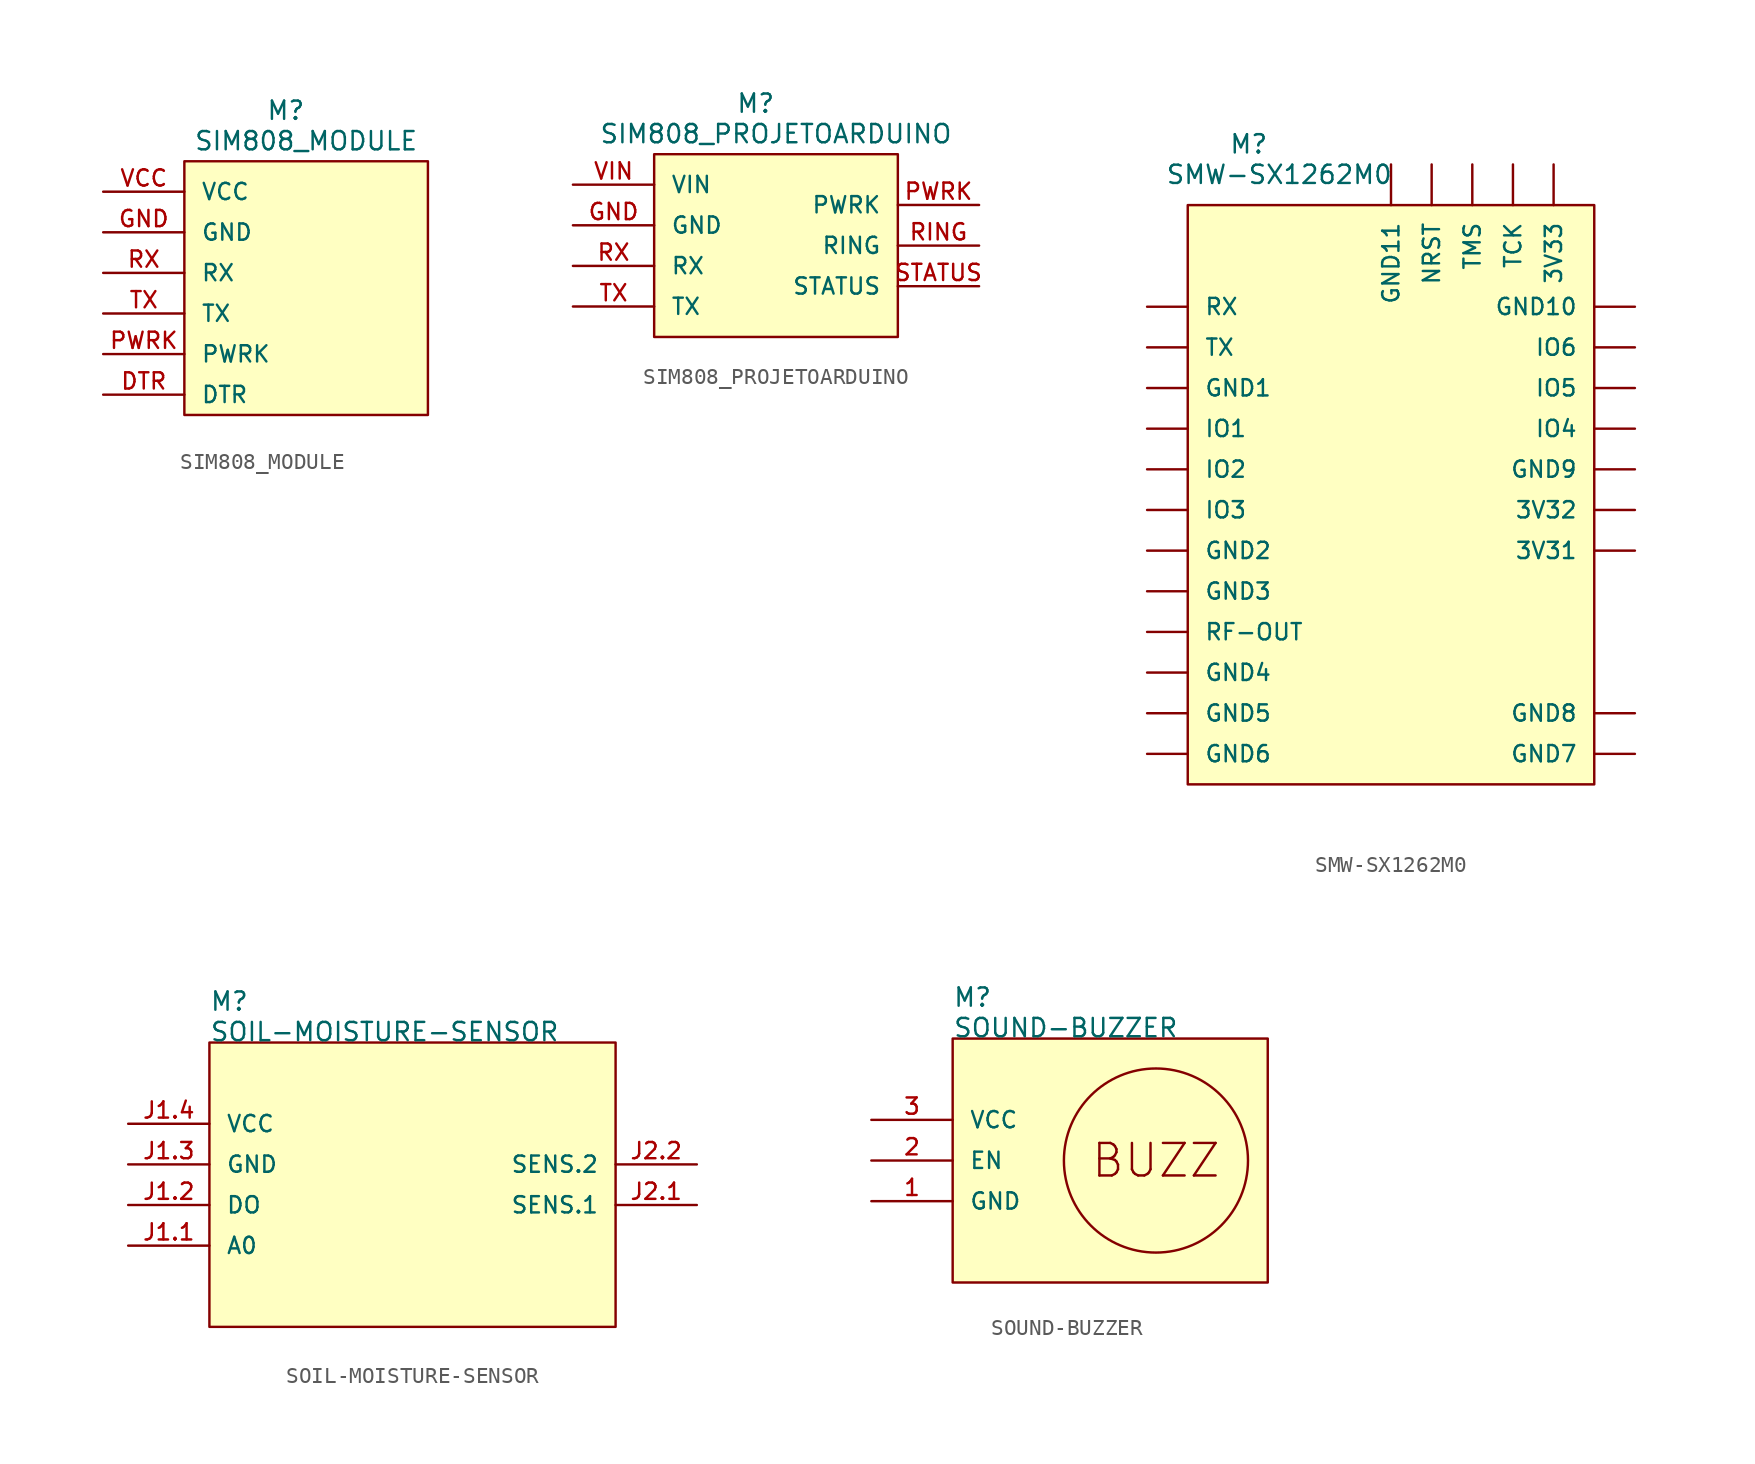
<source format=kicad_sym>
(kicad_symbol_lib
  (version 20211014)
  (generator kicad_symbol_editor)
  (symbol "SIM808_MODULE"
    (pin_names
      (offset 1.016))
    (property "Reference" "M"
      (at -1.27 10.16 0)
      (effects (font (size 1.143 1.143))))
    (property "Value" "SIM808_MODULE"
      (at 0 8.255 0)
      (effects (font (size 1.143 1.143))))
    (property "ki_locked" ""
      (at 0 0 0)
      (effects (font (size 1.27 1.27))))
    (symbol "SIM808_MODULE_1_0"
      (rectangle (start -7.62 6.985) (end 7.62 -8.89) (stroke (width 0) (type default) (color 0 0 0 0)) (fill (type background))))
    (symbol "SIM808_MODULE_1_1"
      (pin bidirectional line (at -12.7 -7.62 0) (length 5.08) (name "DTR" (effects (font (size 1.016 1.016)))) (number "DTR" (effects (font (size 1.016 1.016)))))
      (pin bidirectional line (at -12.7 2.54 0) (length 5.08) (name "GND" (effects (font (size 1.016 1.016)))) (number "GND" (effects (font (size 1.016 1.016)))))
      (pin bidirectional line (at -12.7 -5.08 0) (length 5.08) (name "PWRK" (effects (font (size 1.016 1.016)))) (number "PWRK" (effects (font (size 1.016 1.016)))))
      (pin bidirectional line (at -12.7 0 0) (length 5.08) (name "RX" (effects (font (size 1.016 1.016)))) (number "RX" (effects (font (size 1.016 1.016)))))
      (pin bidirectional line (at -12.7 -2.54 0) (length 5.08) (name "TX" (effects (font (size 1.016 1.016)))) (number "TX" (effects (font (size 1.016 1.016)))))
      (pin bidirectional line (at -12.7 5.08 0) (length 5.08) (name "VCC" (effects (font (size 1.016 1.016)))) (number "VCC" (effects (font (size 1.016 1.016)))))))
  (symbol "SIM808_PROJETOARDUINO"
    (pin_names
      (offset 1.016))
    (property "Reference" "M"
      (at -1.27 10.16 0)
      (effects (font (size 1.143 1.143))))
    (property "Value" "SIM808_PROJETOARDUINO"
      (at 0 8.255 0)
      (effects (font (size 1.143 1.143))))
    (property "ki_locked" ""
      (at 0 0 0)
      (effects (font (size 1.27 1.27))))
    (symbol "SIM808_PROJETOARDUINO_1_0"
      (rectangle (start -7.62 6.985) (end 7.62 -4.445) (stroke (width 0) (type default) (color 0 0 0 0)) (fill (type background))))
    (symbol "SIM808_PROJETOARDUINO_1_1"
      (pin power_in line (at -12.7 2.54 0) (length 5.08) (name "GND" (effects (font (size 1.016 1.016)))) (number "GND" (effects (font (size 1.016 1.016)))))
      (pin input line (at 12.7 3.81 180) (length 5.08) (name "PWRK" (effects (font (size 1.016 1.016)))) (number "PWRK" (effects (font (size 1.016 1.016)))))
      (pin output line (at 12.7 1.27 180) (length 5.08) (name "RING" (effects (font (size 1.016 1.016)))) (number "RING" (effects (font (size 1.016 1.016)))))
      (pin input line (at -12.7 0 0) (length 5.08) (name "RX" (effects (font (size 1.016 1.016)))) (number "RX" (effects (font (size 1.016 1.016)))))
      (pin output line (at 12.7 -1.27 180) (length 5.08) (name "STATUS" (effects (font (size 1.016 1.016)))) (number "STATUS" (effects (font (size 1.016 1.016)))))
      (pin output line (at -12.7 -2.54 0) (length 5.08) (name "TX" (effects (font (size 1.016 1.016)))) (number "TX" (effects (font (size 1.016 1.016)))))
      (pin power_in line (at -12.7 5.08 0) (length 5.08) (name "VIN" (effects (font (size 1.016 1.016)))) (number "VIN" (effects (font (size 1.016 1.016)))))))
  (symbol "SMW-SX1262M0"
    (pin_numbers hide)
    (pin_names
      (offset 1.016))
    (property "Reference" "M"
      (at -8.89 22.86 0)
      (effects (font (size 1.143 1.143))))
    (property "Value" "SMW-SX1262M0"
      (at -6.985 20.955 0)
      (effects (font (size 1.143 1.143))))
    (property "ki_locked" ""
      (at 0 0 0)
      (effects (font (size 1.27 1.27))))
    (symbol "SMW-SX1262M0_1_0"
      (rectangle (start -12.7 19.05) (end 12.7 -17.145) (stroke (width 0) (type default) (color 0 0 0 0)) (fill (type background))))
    (symbol "SMW-SX1262M0_1_1"
      (pin bidirectional line (at 15.24 -2.54 180) (length 2.54) (name "3V31" (effects (font (size 1.016 1.016)))) (number "3V31" (effects (font (size 1.016 1.016)))))
      (pin bidirectional line (at 15.24 0 180) (length 2.54) (name "3V32" (effects (font (size 1.016 1.016)))) (number "3V32" (effects (font (size 1.016 1.016)))))
      (pin bidirectional line (at 10.16 21.59 270) (length 2.54) (name "3V33" (effects (font (size 1.016 1.016)))) (number "3V33" (effects (font (size 1.016 1.016)))))
      (pin bidirectional line (at -15.24 7.62 0) (length 2.54) (name "GND1" (effects (font (size 1.016 1.016)))) (number "GND1" (effects (font (size 1.016 1.016)))))
      (pin bidirectional line (at 15.24 12.7 180) (length 2.54) (name "GND10" (effects (font (size 1.016 1.016)))) (number "GND10" (effects (font (size 1.016 1.016)))))
      (pin bidirectional line (at 0 21.59 270) (length 2.54) (name "GND11" (effects (font (size 1.016 1.016)))) (number "GND11" (effects (font (size 1.016 1.016)))))
      (pin bidirectional line (at -15.24 -2.54 0) (length 2.54) (name "GND2" (effects (font (size 1.016 1.016)))) (number "GND2" (effects (font (size 1.016 1.016)))))
      (pin bidirectional line (at -15.24 -5.08 0) (length 2.54) (name "GND3" (effects (font (size 1.016 1.016)))) (number "GND3" (effects (font (size 1.016 1.016)))))
      (pin bidirectional line (at -15.24 -10.16 0) (length 2.54) (name "GND4" (effects (font (size 1.016 1.016)))) (number "GND4" (effects (font (size 1.016 1.016)))))
      (pin bidirectional line (at -15.24 -12.7 0) (length 2.54) (name "GND5" (effects (font (size 1.016 1.016)))) (number "GND5" (effects (font (size 1.016 1.016)))))
      (pin bidirectional line (at -15.24 -15.24 0) (length 2.54) (name "GND6" (effects (font (size 1.016 1.016)))) (number "GND6" (effects (font (size 1.016 1.016)))))
      (pin bidirectional line (at 15.24 -15.24 180) (length 2.54) (name "GND7" (effects (font (size 1.016 1.016)))) (number "GND7" (effects (font (size 1.016 1.016)))))
      (pin bidirectional line (at 15.24 -12.7 180) (length 2.54) (name "GND8" (effects (font (size 1.016 1.016)))) (number "GND8" (effects (font (size 1.016 1.016)))))
      (pin bidirectional line (at 15.24 2.54 180) (length 2.54) (name "GND9" (effects (font (size 1.016 1.016)))) (number "GND9" (effects (font (size 1.016 1.016)))))
      (pin bidirectional line (at -15.24 5.08 0) (length 2.54) (name "IO1" (effects (font (size 1.016 1.016)))) (number "IO1" (effects (font (size 1.016 1.016)))))
      (pin bidirectional line (at -15.24 2.54 0) (length 2.54) (name "IO2" (effects (font (size 1.016 1.016)))) (number "IO2" (effects (font (size 1.016 1.016)))))
      (pin bidirectional line (at -15.24 0 0) (length 2.54) (name "IO3" (effects (font (size 1.016 1.016)))) (number "IO3" (effects (font (size 1.016 1.016)))))
      (pin bidirectional line (at 15.24 5.08 180) (length 2.54) (name "IO4" (effects (font (size 1.016 1.016)))) (number "IO4" (effects (font (size 1.016 1.016)))))
      (pin bidirectional line (at 15.24 7.62 180) (length 2.54) (name "IO5" (effects (font (size 1.016 1.016)))) (number "IO5" (effects (font (size 1.016 1.016)))))
      (pin bidirectional line (at 15.24 10.16 180) (length 2.54) (name "IO6" (effects (font (size 1.016 1.016)))) (number "IO6" (effects (font (size 1.016 1.016)))))
      (pin bidirectional line (at 2.54 21.59 270) (length 2.54) (name "NRST" (effects (font (size 1.016 1.016)))) (number "NRST" (effects (font (size 1.016 1.016)))))
      (pin bidirectional line (at -15.24 -7.62 0) (length 2.54) (name "RF-OUT" (effects (font (size 1.016 1.016)))) (number "RF-OUT" (effects (font (size 1.016 1.016)))))
      (pin bidirectional line (at -15.24 12.7 0) (length 2.54) (name "RX" (effects (font (size 1.016 1.016)))) (number "RX" (effects (font (size 1.016 1.016)))))
      (pin bidirectional line (at 7.62 21.59 270) (length 2.54) (name "TCK" (effects (font (size 1.016 1.016)))) (number "TCK" (effects (font (size 1.016 1.016)))))
      (pin bidirectional line (at 5.08 21.59 270) (length 2.54) (name "TMS" (effects (font (size 1.016 1.016)))) (number "TMS" (effects (font (size 1.016 1.016)))))
      (pin bidirectional line (at -15.24 10.16 0) (length 2.54) (name "TX" (effects (font (size 1.016 1.016)))) (number "TX" (effects (font (size 1.016 1.016)))))))
  (symbol "SOIL-MOISTURE-SENSOR"
    (pin_names
      (offset 1.016))
    (property "Reference" "M"
      (at -12.7 9.525 0)
      (effects (font (size 1.143 1.143)) (justify left bottom)))
    (property "Value" "SOIL-MOISTURE-SENSOR"
      (at -12.7 7.62 0)
      (effects (font (size 1.143 1.143)) (justify left bottom)))
    (property "ki_locked" ""
      (at 0 0 0)
      (effects (font (size 1.27 1.27))))
    (symbol "SOIL-MOISTURE-SENSOR_1_1"
      (rectangle (start -12.7 -10.16) (end 12.7 7.62) (stroke (width 0) (type default) (color 0 0 0 0)) (fill (type background)))
      (pin bidirectional line (at -17.78 -5.08 0) (length 5.08) (name "A0" (effects (font (size 1.016 1.016)))) (number "J1.1" (effects (font (size 1.016 1.016)))))
      (pin output line (at -17.78 -2.54 0) (length 5.08) (name "DO" (effects (font (size 1.016 1.016)))) (number "J1.2" (effects (font (size 1.016 1.016)))))
      (pin power_in line (at -17.78 0 0) (length 5.08) (name "GND" (effects (font (size 1.016 1.016)))) (number "J1.3" (effects (font (size 1.016 1.016)))))
      (pin power_in line (at -17.78 2.54 0) (length 5.08) (name "VCC" (effects (font (size 1.016 1.016)))) (number "J1.4" (effects (font (size 1.016 1.016)))))
      (pin bidirectional line (at 17.78 -2.54 180) (length 5.08) (name "SENS.1" (effects (font (size 1.016 1.016)))) (number "J2.1" (effects (font (size 1.016 1.016)))))
      (pin bidirectional line (at 17.78 0 180) (length 5.08) (name "SENS.2" (effects (font (size 1.016 1.016)))) (number "J2.2" (effects (font (size 1.016 1.016)))))))
  (symbol "SOUND-BUZZER"
    (pin_names
      (offset 1.016))
    (property "Reference" "M"
      (at -4.445 9.525 0)
      (effects (font (size 1.143 1.143)) (justify left bottom)))
    (property "Value" "SOUND-BUZZER"
      (at -4.445 7.62 0)
      (effects (font (size 1.143 1.143)) (justify left bottom)))
    (property "ki_locked" ""
      (at 0 0 0)
      (effects (font (size 1.27 1.27))))
    (symbol "SOUND-BUZZER_1_0"
      (text "BUZZ" (at 8.255 0 0) (effects (font (size 2.032 2.032)))))
    (symbol "SOUND-BUZZER_1_1"
      (rectangle (start -4.445 -7.62) (end 15.24 7.62) (stroke (width 0) (type default) (color 0 0 0 0)) (fill (type background)))
      (circle (center 8.255 0) (radius 5.75) (stroke (width 0) (type default) (color 0 0 0 0)) (fill (type none)))
      (pin power_in line (at -9.525 -2.54 0) (length 5.08) (name "GND" (effects (font (size 1.016 1.016)))) (number "1" (effects (font (size 1.016 1.016)))))
      (pin input line (at -9.525 0 0) (length 5.08) (name "EN" (effects (font (size 1.016 1.016)))) (number "2" (effects (font (size 1.016 1.016)))))
      (pin power_in line (at -9.525 2.54 0) (length 5.08) (name "VCC" (effects (font (size 1.016 1.016)))) (number "3" (effects (font (size 1.016 1.016))))))))
</source>
